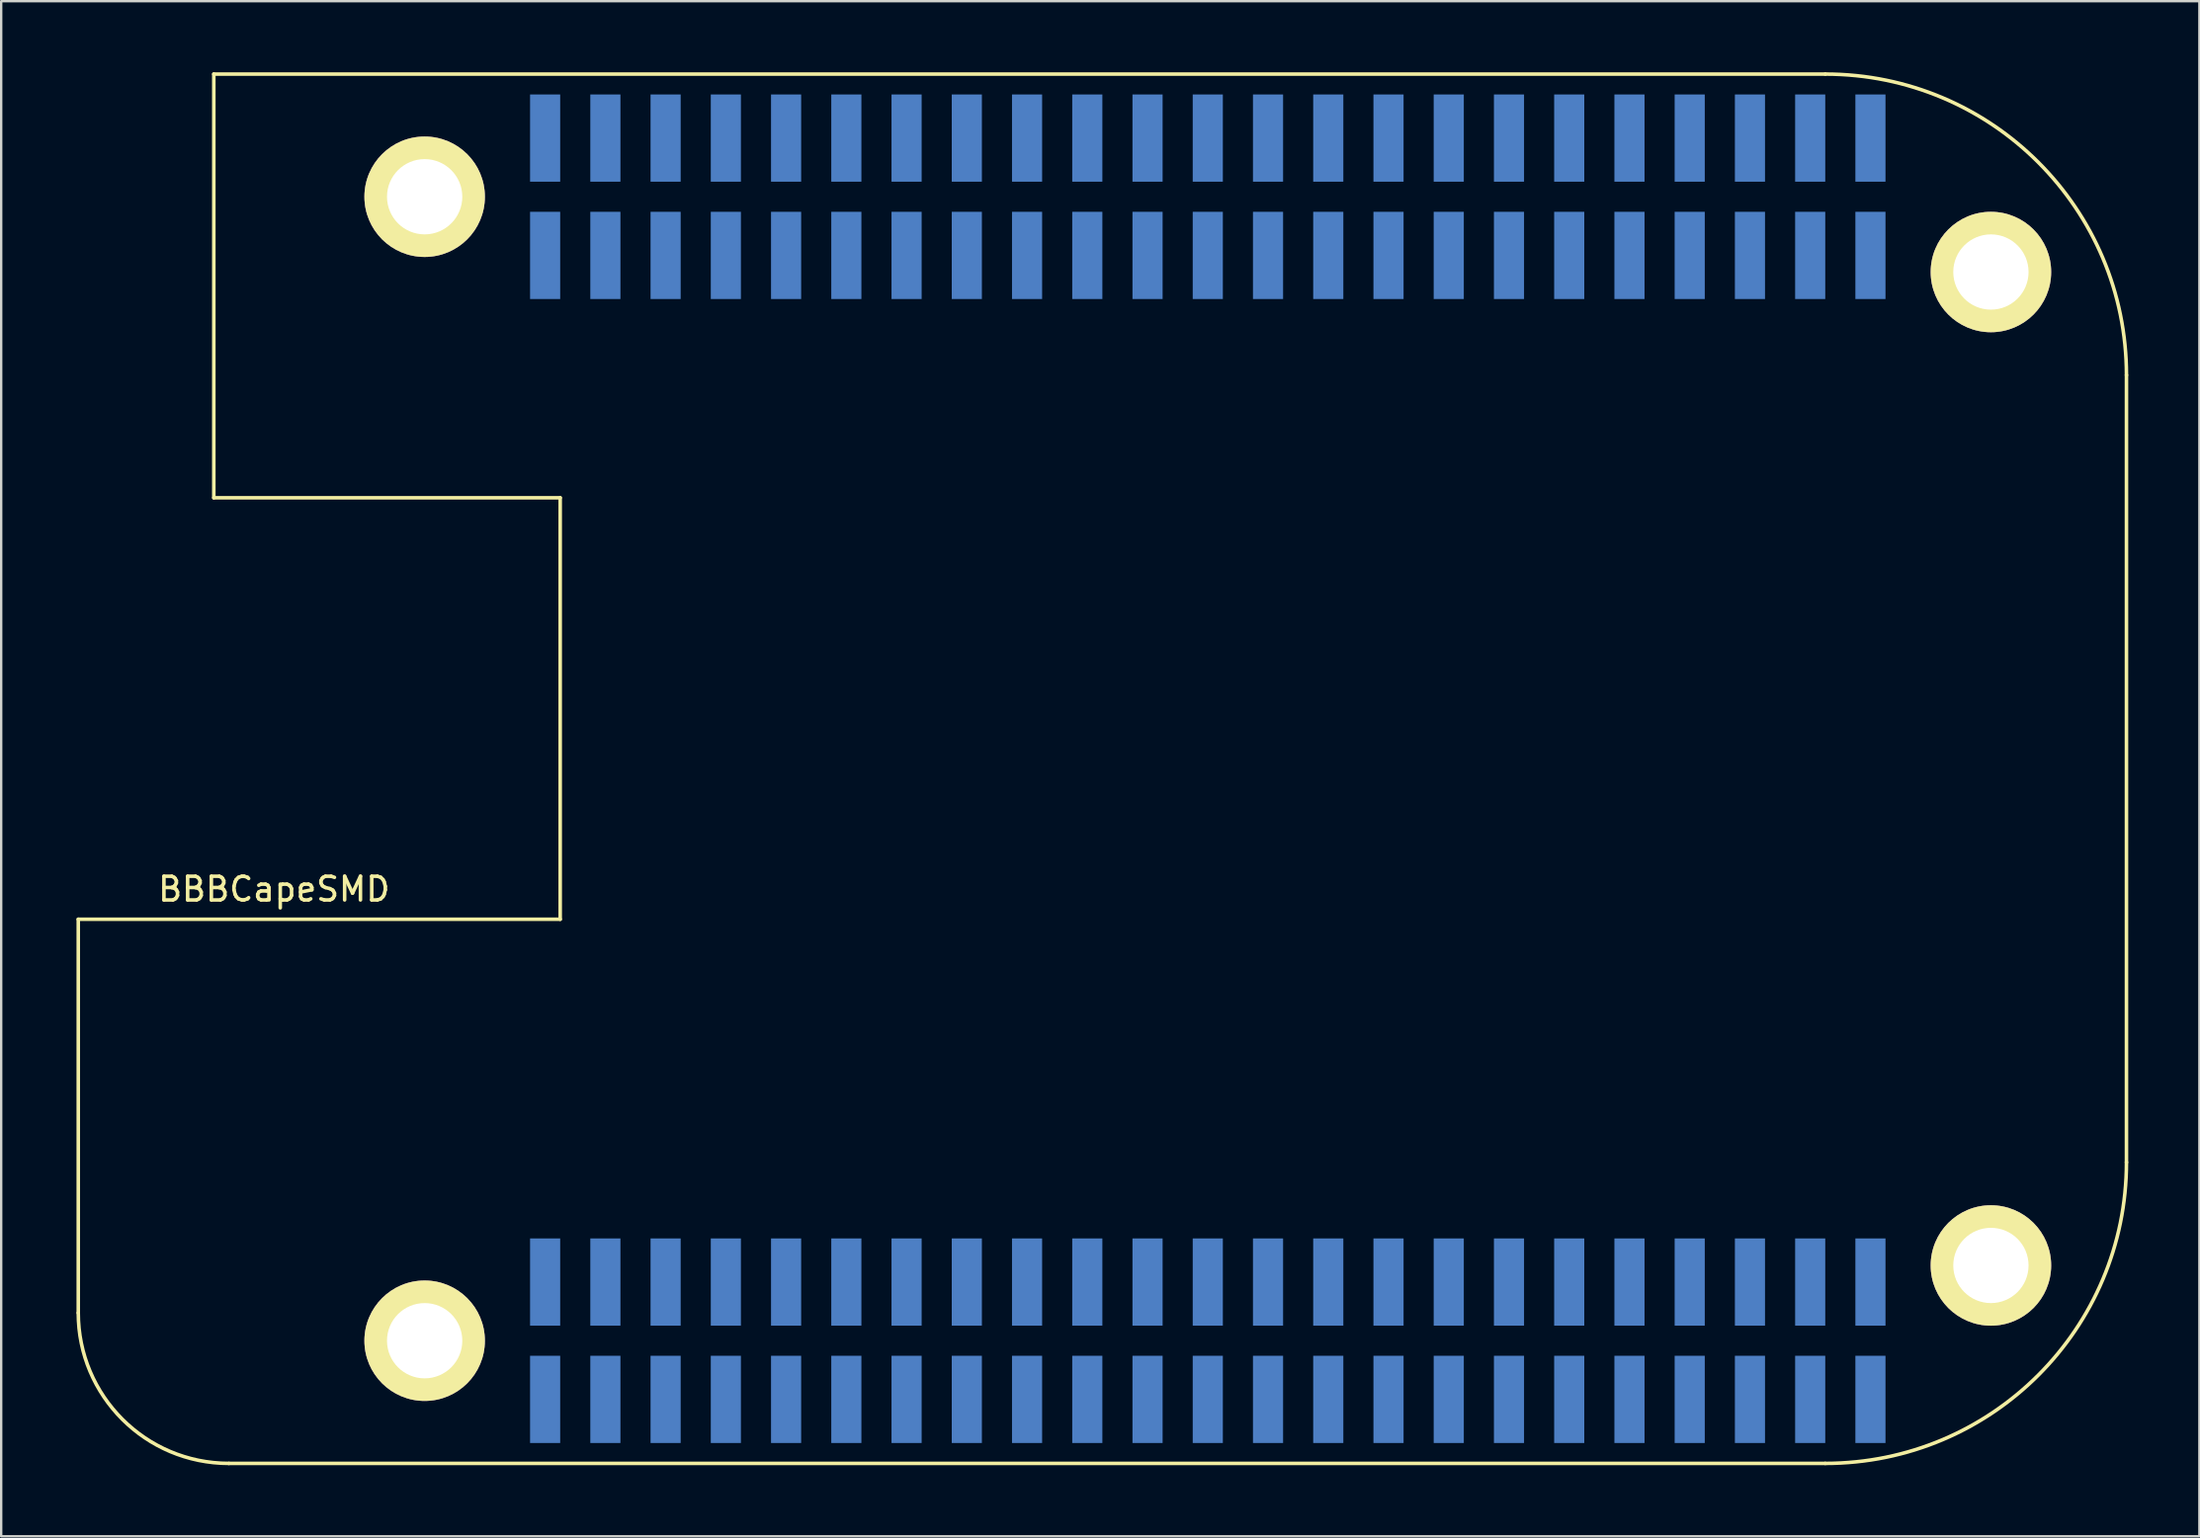
<source format=kicad_pcb>
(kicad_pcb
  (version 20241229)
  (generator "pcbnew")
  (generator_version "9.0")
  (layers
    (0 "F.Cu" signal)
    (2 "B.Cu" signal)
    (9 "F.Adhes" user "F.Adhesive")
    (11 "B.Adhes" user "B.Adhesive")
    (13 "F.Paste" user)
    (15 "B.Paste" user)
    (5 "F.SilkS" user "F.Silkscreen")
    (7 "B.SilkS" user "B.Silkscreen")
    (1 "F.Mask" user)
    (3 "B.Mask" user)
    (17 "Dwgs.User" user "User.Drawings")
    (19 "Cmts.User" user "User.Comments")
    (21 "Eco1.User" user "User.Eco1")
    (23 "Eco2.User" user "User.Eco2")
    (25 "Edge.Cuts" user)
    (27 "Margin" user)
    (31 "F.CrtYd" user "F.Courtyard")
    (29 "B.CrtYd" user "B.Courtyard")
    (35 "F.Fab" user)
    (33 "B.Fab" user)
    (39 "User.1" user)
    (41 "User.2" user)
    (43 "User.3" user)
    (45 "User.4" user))
  (footprint "BBBCapeSMD"
    (layer "F.Cu")
    (at 0.25 56.685)
    (property "Reference" "BBBCapeSMD" (at 8.255 -22.225 0) (layer "F.SilkS") (effects (font (size 1 1) (thickness 0.15))))
    (attr through_hole)
    (fp_line (start 0 -20.955) (end 20.32 -20.955) (stroke (width 0.15) (type solid)) (layer "F.SilkS"))
    (fp_line (start 0 -4.35) (end 0 -20.955) (stroke (width 0.15) (type solid)) (layer "F.SilkS"))
    (fp_line (start 5.715 -56.61) (end 73.66 -56.61) (stroke (width 0.15) (type solid)) (layer "F.SilkS"))
    (fp_line (start 5.715 -38.735) (end 5.715 -56.61) (stroke (width 0.15) (type solid)) (layer "F.SilkS"))
    (fp_line (start 6.35 2) (end 73.66 2) (stroke (width 0.15) (type solid)) (layer "F.SilkS"))
    (fp_line (start 20.32 -38.735) (end 5.715 -38.735) (stroke (width 0.15) (type solid)) (layer "F.SilkS"))
    (fp_line (start 20.32 -20.955) (end 20.32 -38.735) (stroke (width 0.15) (type solid)) (layer "F.SilkS"))
    (fp_line (start 86.36 -43.91) (end 86.36 -10.7) (stroke (width 0.15) (type solid)) (layer "F.SilkS"))
    (fp_arc (start 6.35 2) (mid 1.859872 0.140128) (end 0 -4.35) (stroke (width 0.15) (type solid)) (layer "F.SilkS"))
    (fp_arc (start 73.66 -56.61) (mid 82.640256 -52.890256) (end 86.36 -43.91) (stroke (width 0.15) (type solid)) (layer "F.SilkS"))
    (fp_arc (start 86.36 -10.7) (mid 82.640256 -1.719744) (end 73.66 2) (stroke (width 0.15) (type solid)) (layer "F.SilkS"))
    (pad "" thru_hole circle (at 14.605 -51.435) (size 5.08 5.08) (drill 3.175) (layers "*.Cu" "*.Mask" "F.SilkS"))
    (pad "" thru_hole circle (at 14.605 -3.175) (size 5.08 5.08) (drill 3.175) (layers "*.Cu" "*.Mask" "F.SilkS"))
    (pad "" thru_hole circle (at 80.645 -48.26) (size 5.08 5.08) (drill 3.175) (layers "*.Cu" "*.Mask" "F.SilkS"))
    (pad "" thru_hole circle (at 80.645 -6.35) (size 5.08 5.08) (drill 3.175) (layers "*.Cu" "*.Mask" "F.SilkS"))
    (pad "A1" smd rect (at 19.685 -48.96) (size 1.27 3.68) (layers "B.Cu" "B.Mask" "B.Paste"))
    (pad "A2" smd rect (at 19.685 -53.91) (size 1.27 3.68) (layers "B.Cu" "B.Mask" "B.Paste"))
    (pad "A3" smd rect (at 22.225 -48.96) (size 1.27 3.68) (layers "B.Cu" "B.Mask" "B.Paste"))
    (pad "A4" smd rect (at 22.225 -53.91) (size 1.27 3.68) (layers "B.Cu" "B.Mask" "B.Paste"))
    (pad "A5" smd rect (at 24.765 -48.96) (size 1.27 3.68) (layers "B.Cu" "B.Mask" "B.Paste"))
    (pad "A6" smd rect (at 24.765 -53.91) (size 1.27 3.68) (layers "B.Cu" "B.Mask" "B.Paste"))
    (pad "A7" smd rect (at 27.305 -48.96) (size 1.27 3.68) (layers "B.Cu" "B.Mask" "B.Paste"))
    (pad "A8" smd rect (at 27.305 -53.91) (size 1.27 3.68) (layers "B.Cu" "B.Mask" "B.Paste"))
    (pad "A9" smd rect (at 29.845 -48.96) (size 1.27 3.68) (layers "B.Cu" "B.Mask" "B.Paste"))
    (pad "A10" smd rect (at 29.845 -53.91) (size 1.27 3.68) (layers "B.Cu" "B.Mask" "B.Paste"))
    (pad "A11" smd rect (at 32.385 -48.96) (size 1.27 3.68) (layers "B.Cu" "B.Mask" "B.Paste"))
    (pad "A12" smd rect (at 32.385 -53.91) (size 1.27 3.68) (layers "B.Cu" "B.Mask" "B.Paste"))
    (pad "A13" smd rect (at 34.925 -48.96) (size 1.27 3.68) (layers "B.Cu" "B.Mask" "B.Paste"))
    (pad "A14" smd rect (at 34.925 -53.91) (size 1.27 3.68) (layers "B.Cu" "B.Mask" "B.Paste"))
    (pad "A15" smd rect (at 37.465 -48.96) (size 1.27 3.68) (layers "B.Cu" "B.Mask" "B.Paste"))
    (pad "A16" smd rect (at 37.465 -53.91) (size 1.27 3.68) (layers "B.Cu" "B.Mask" "B.Paste"))
    (pad "A17" smd rect (at 40.005 -48.96) (size 1.27 3.68) (layers "B.Cu" "B.Mask" "B.Paste"))
    (pad "A18" smd rect (at 40.005 -53.91) (size 1.27 3.68) (layers "B.Cu" "B.Mask" "B.Paste"))
    (pad "A19" smd rect (at 42.545 -48.96) (size 1.27 3.68) (layers "B.Cu" "B.Mask" "B.Paste"))
    (pad "A20" smd rect (at 42.545 -53.91) (size 1.27 3.68) (layers "B.Cu" "B.Mask" "B.Paste"))
    (pad "A21" smd rect (at 45.085 -48.96) (size 1.27 3.68) (layers "B.Cu" "B.Mask" "B.Paste"))
    (pad "A22" smd rect (at 45.085 -53.91) (size 1.27 3.68) (layers "B.Cu" "B.Mask" "B.Paste"))
    (pad "A23" smd rect (at 47.625 -48.96) (size 1.27 3.68) (layers "B.Cu" "B.Mask" "B.Paste"))
    (pad "A24" smd rect (at 47.625 -53.91) (size 1.27 3.68) (layers "B.Cu" "B.Mask" "B.Paste"))
    (pad "A25" smd rect (at 50.165 -48.96) (size 1.27 3.68) (layers "B.Cu" "B.Mask" "B.Paste"))
    (pad "A26" smd rect (at 50.165 -53.91) (size 1.27 3.68) (layers "B.Cu" "B.Mask" "B.Paste"))
    (pad "A27" smd rect (at 52.705 -48.96) (size 1.27 3.68) (layers "B.Cu" "B.Mask" "B.Paste"))
    (pad "A28" smd rect (at 52.705 -53.91) (size 1.27 3.68) (layers "B.Cu" "B.Mask" "B.Paste"))
    (pad "A29" smd rect (at 55.245 -48.96) (size 1.27 3.68) (layers "B.Cu" "B.Mask" "B.Paste"))
    (pad "A30" smd rect (at 55.245 -53.91) (size 1.27 3.68) (layers "B.Cu" "B.Mask" "B.Paste"))
    (pad "A31" smd rect (at 57.785 -48.96) (size 1.27 3.68) (layers "B.Cu" "B.Mask" "B.Paste"))
    (pad "A32" smd rect (at 57.785 -53.91) (size 1.27 3.68) (layers "B.Cu" "B.Mask" "B.Paste"))
    (pad "A33" smd rect (at 60.325 -48.96) (size 1.27 3.68) (layers "B.Cu" "B.Mask" "B.Paste"))
    (pad "A34" smd rect (at 60.325 -53.91) (size 1.27 3.68) (layers "B.Cu" "B.Mask" "B.Paste"))
    (pad "A35" smd rect (at 62.865 -48.96) (size 1.27 3.68) (layers "B.Cu" "B.Mask" "B.Paste"))
    (pad "A36" smd rect (at 62.865 -53.91) (size 1.27 3.68) (layers "B.Cu" "B.Mask" "B.Paste"))
    (pad "A37" smd rect (at 65.405 -48.96) (size 1.27 3.68) (layers "B.Cu" "B.Mask" "B.Paste"))
    (pad "A38" smd rect (at 65.405 -53.91) (size 1.27 3.68) (layers "B.Cu" "B.Mask" "B.Paste"))
    (pad "A39" smd rect (at 67.945 -48.96) (size 1.27 3.68) (layers "B.Cu" "B.Mask" "B.Paste"))
    (pad "A40" smd rect (at 67.945 -53.91) (size 1.27 3.68) (layers "B.Cu" "B.Mask" "B.Paste"))
    (pad "A41" smd rect (at 70.485 -48.96) (size 1.27 3.68) (layers "B.Cu" "B.Mask" "B.Paste"))
    (pad "A42" smd rect (at 70.485 -53.91) (size 1.27 3.68) (layers "B.Cu" "B.Mask" "B.Paste"))
    (pad "A43" smd rect (at 73.025 -48.96) (size 1.27 3.68) (layers "B.Cu" "B.Mask" "B.Paste"))
    (pad "A44" smd rect (at 73.025 -53.91) (size 1.27 3.68) (layers "B.Cu" "B.Mask" "B.Paste"))
    (pad "A45" smd rect (at 75.565 -48.96) (size 1.27 3.68) (layers "B.Cu" "B.Mask" "B.Paste"))
    (pad "A46" smd rect (at 75.565 -53.91) (size 1.27 3.68) (layers "B.Cu" "B.Mask" "B.Paste"))
    (pad "B1" smd rect (at 19.685 -0.7) (size 1.27 3.68) (layers "B.Cu" "B.Mask" "B.Paste"))
    (pad "B2" smd rect (at 19.685 -5.65) (size 1.27 3.68) (layers "B.Cu" "B.Mask" "B.Paste"))
    (pad "B3" smd rect (at 22.225 -0.7) (size 1.27 3.68) (layers "B.Cu" "B.Mask" "B.Paste"))
    (pad "B4" smd rect (at 22.225 -5.65) (size 1.27 3.68) (layers "B.Cu" "B.Mask" "B.Paste"))
    (pad "B5" smd rect (at 24.765 -0.7) (size 1.27 3.68) (layers "B.Cu" "B.Mask" "B.Paste"))
    (pad "B6" smd rect (at 24.765 -5.65) (size 1.27 3.68) (layers "B.Cu" "B.Mask" "B.Paste"))
    (pad "B7" smd rect (at 27.305 -0.7) (size 1.27 3.68) (layers "B.Cu" "B.Mask" "B.Paste"))
    (pad "B8" smd rect (at 27.305 -5.65) (size 1.27 3.68) (layers "B.Cu" "B.Mask" "B.Paste"))
    (pad "B9" smd rect (at 29.845 -0.7) (size 1.27 3.68) (layers "B.Cu" "B.Mask" "B.Paste"))
    (pad "B10" smd rect (at 29.845 -5.65) (size 1.27 3.68) (layers "B.Cu" "B.Mask" "B.Paste"))
    (pad "B11" smd rect (at 32.385 -0.7) (size 1.27 3.68) (layers "B.Cu" "B.Mask" "B.Paste"))
    (pad "B12" smd rect (at 32.385 -5.65) (size 1.27 3.68) (layers "B.Cu" "B.Mask" "B.Paste"))
    (pad "B13" smd rect (at 34.925 -0.7) (size 1.27 3.68) (layers "B.Cu" "B.Mask" "B.Paste"))
    (pad "B14" smd rect (at 34.925 -5.65) (size 1.27 3.68) (layers "B.Cu" "B.Mask" "B.Paste"))
    (pad "B15" smd rect (at 37.465 -0.7) (size 1.27 3.68) (layers "B.Cu" "B.Mask" "B.Paste"))
    (pad "B16" smd rect (at 37.465 -5.65) (size 1.27 3.68) (layers "B.Cu" "B.Mask" "B.Paste"))
    (pad "B17" smd rect (at 40.005 -0.7) (size 1.27 3.68) (layers "B.Cu" "B.Mask" "B.Paste"))
    (pad "B18" smd rect (at 40.005 -5.65) (size 1.27 3.68) (layers "B.Cu" "B.Mask" "B.Paste"))
    (pad "B19" smd rect (at 42.545 -0.7) (size 1.27 3.68) (layers "B.Cu" "B.Mask" "B.Paste"))
    (pad "B20" smd rect (at 42.545 -5.65) (size 1.27 3.68) (layers "B.Cu" "B.Mask" "B.Paste"))
    (pad "B21" smd rect (at 45.085 -0.7) (size 1.27 3.68) (layers "B.Cu" "B.Mask" "B.Paste"))
    (pad "B22" smd rect (at 45.085 -5.65) (size 1.27 3.68) (layers "B.Cu" "B.Mask" "B.Paste"))
    (pad "B23" smd rect (at 47.625 -0.7) (size 1.27 3.68) (layers "B.Cu" "B.Mask" "B.Paste"))
    (pad "B24" smd rect (at 47.625 -5.65) (size 1.27 3.68) (layers "B.Cu" "B.Mask" "B.Paste"))
    (pad "B25" smd rect (at 50.165 -0.7) (size 1.27 3.68) (layers "B.Cu" "B.Mask" "B.Paste"))
    (pad "B26" smd rect (at 50.165 -5.65) (size 1.27 3.68) (layers "B.Cu" "B.Mask" "B.Paste"))
    (pad "B27" smd rect (at 52.705 -0.7) (size 1.27 3.68) (layers "B.Cu" "B.Mask" "B.Paste"))
    (pad "B28" smd rect (at 52.705 -5.65) (size 1.27 3.68) (layers "B.Cu" "B.Mask" "B.Paste"))
    (pad "B29" smd rect (at 55.245 -0.7) (size 1.27 3.68) (layers "B.Cu" "B.Mask" "B.Paste"))
    (pad "B30" smd rect (at 55.245 -5.65) (size 1.27 3.68) (layers "B.Cu" "B.Mask" "B.Paste"))
    (pad "B31" smd rect (at 57.785 -0.7) (size 1.27 3.68) (layers "B.Cu" "B.Mask" "B.Paste"))
    (pad "B32" smd rect (at 57.785 -5.65) (size 1.27 3.68) (layers "B.Cu" "B.Mask" "B.Paste"))
    (pad "B33" smd rect (at 60.325 -0.7) (size 1.27 3.68) (layers "B.Cu" "B.Mask" "B.Paste"))
    (pad "B34" smd rect (at 60.325 -5.65) (size 1.27 3.68) (layers "B.Cu" "B.Mask" "B.Paste"))
    (pad "B35" smd rect (at 62.865 -0.7) (size 1.27 3.68) (layers "B.Cu" "B.Mask" "B.Paste"))
    (pad "B36" smd rect (at 62.865 -5.65) (size 1.27 3.68) (layers "B.Cu" "B.Mask" "B.Paste"))
    (pad "B37" smd rect (at 65.405 -0.7) (size 1.27 3.68) (layers "B.Cu" "B.Mask" "B.Paste"))
    (pad "B38" smd rect (at 65.405 -5.65) (size 1.27 3.68) (layers "B.Cu" "B.Mask" "B.Paste"))
    (pad "B39" smd rect (at 67.945 -0.7) (size 1.27 3.68) (layers "B.Cu" "B.Mask" "B.Paste"))
    (pad "B40" smd rect (at 67.945 -5.65) (size 1.27 3.68) (layers "B.Cu" "B.Mask" "B.Paste"))
    (pad "B41" smd rect (at 70.485 -0.7) (size 1.27 3.68) (layers "B.Cu" "B.Mask" "B.Paste"))
    (pad "B42" smd rect (at 70.485 -5.65) (size 1.27 3.68) (layers "B.Cu" "B.Mask" "B.Paste"))
    (pad "B43" smd rect (at 73.025 -0.7) (size 1.27 3.68) (layers "B.Cu" "B.Mask" "B.Paste"))
    (pad "B44" smd rect (at 73.025 -5.65) (size 1.27 3.68) (layers "B.Cu" "B.Mask" "B.Paste"))
    (pad "B45" smd rect (at 75.565 -0.7) (size 1.27 3.68) (layers "B.Cu" "B.Mask" "B.Paste"))
    (pad "B46" smd rect (at 75.565 -5.65) (size 1.27 3.68) (layers "B.Cu" "B.Mask" "B.Paste")))
  (gr_rect
    (start -3 -3)
    (end 89.685 61.76)
    (stroke (width 0.1) (type default))
    (fill no)
    (layer "Edge.Cuts")))
</source>
